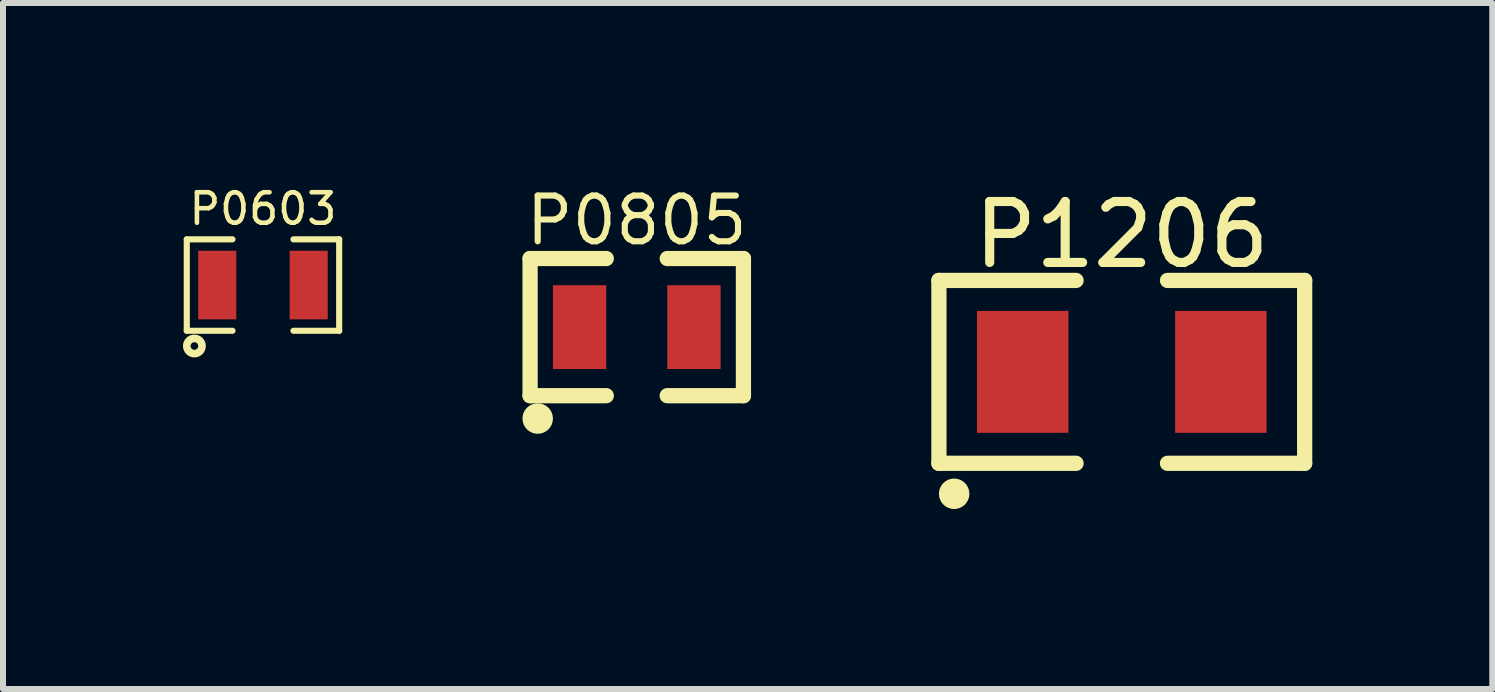
<source format=kicad_pcb>
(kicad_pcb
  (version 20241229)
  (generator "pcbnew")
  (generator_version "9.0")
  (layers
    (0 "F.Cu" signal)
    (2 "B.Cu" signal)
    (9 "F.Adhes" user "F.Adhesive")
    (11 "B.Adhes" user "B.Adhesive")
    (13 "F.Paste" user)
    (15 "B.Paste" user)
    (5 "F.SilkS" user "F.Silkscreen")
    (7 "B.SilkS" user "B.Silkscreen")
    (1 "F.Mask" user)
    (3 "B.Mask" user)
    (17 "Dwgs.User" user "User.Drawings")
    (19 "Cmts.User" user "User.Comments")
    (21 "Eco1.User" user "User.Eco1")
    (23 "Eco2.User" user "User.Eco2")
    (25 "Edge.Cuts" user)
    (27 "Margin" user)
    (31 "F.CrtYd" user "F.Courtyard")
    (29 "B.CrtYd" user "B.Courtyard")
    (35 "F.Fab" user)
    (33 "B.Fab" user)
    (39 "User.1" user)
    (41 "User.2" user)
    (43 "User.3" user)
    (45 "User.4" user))
  (footprint "P0603"
    (layer "F.Cu")
    (at 1.333 1.701)
    (property "Reference" "P0603" (at 0 -1.27 0) (layer "F.SilkS") (effects (font (size 0.508 0.508) (thickness 0.076))))
    (attr smd)
    (fp_line (start -1.27 -0.762) (end -1.27 0.762) (stroke (width 0.102) (type solid)) (layer "F.SilkS"))
    (fp_line (start -1.27 -0.762) (end -0.508 -0.762) (stroke (width 0.102) (type solid)) (layer "F.SilkS"))
    (fp_line (start -1.27 0.762) (end -0.508 0.762) (stroke (width 0.102) (type solid)) (layer "F.SilkS"))
    (fp_line (start 1.27 -0.762) (end 0.508 -0.762) (stroke (width 0.102) (type solid)) (layer "F.SilkS"))
    (fp_line (start 1.27 0.762) (end 0.508 0.762) (stroke (width 0.102) (type solid)) (layer "F.SilkS"))
    (fp_line (start 1.27 0.762) (end 1.27 -0.762) (stroke (width 0.102) (type solid)) (layer "F.SilkS"))
    (fp_circle (center -1.143 1.016) (end -1.143 1.143) (stroke (width 0.127) (type solid)) (fill no) (layer "F.SilkS"))
    (pad "1" smd rect (at -0.762 0) (size 0.635 1.143) (layers "F.Cu" "F.Mask" "F.Paste"))
    (pad "2" smd rect (at 0.762 0) (size 0.635 1.143) (layers "F.Cu" "F.Mask" "F.Paste")))
  (footprint "P0805"
    (layer "F.Cu")
    (at 7.563 2.402)
    (property "Reference" "P0805" (at 0 -1.778 0) (layer "F.SilkS") (effects (font (size 0.762 0.762) (thickness 0.102))))
    (attr smd)
    (fp_line (start -1.778 -1.143) (end -1.778 1.143) (stroke (width 0.254) (type solid)) (layer "F.SilkS"))
    (fp_line (start -1.778 1.143) (end -0.508 1.143) (stroke (width 0.254) (type solid)) (layer "F.SilkS"))
    (fp_line (start -0.508 -1.143) (end -1.778 -1.143) (stroke (width 0.254) (type solid)) (layer "F.SilkS"))
    (fp_line (start 0.508 -1.143) (end 1.778 -1.143) (stroke (width 0.254) (type solid)) (layer "F.SilkS"))
    (fp_line (start 1.778 -1.143) (end 1.778 1.143) (stroke (width 0.254) (type solid)) (layer "F.SilkS"))
    (fp_line (start 1.778 1.143) (end 0.508 1.143) (stroke (width 0.254) (type solid)) (layer "F.SilkS"))
    (fp_circle (center -1.651 1.524) (end -1.651 1.651) (stroke (width 0.254) (type solid)) (fill no) (layer "F.SilkS"))
    (pad "1" smd rect (at -0.953 0) (size 0.889 1.397) (layers "F.Cu" "F.Mask" "F.Paste"))
    (pad "2" smd rect (at 0.953 0) (size 0.889 1.397) (layers "F.Cu" "F.Mask" "F.Paste")))
  (footprint "P1206"
    (layer "F.Cu")
    (at 15.647 3.148)
    (property "Reference" "P1206" (at 0 -2.286 0) (layer "F.SilkS") (effects (font (size 1.016 1.016) (thickness 0.152))))
    (attr smd)
    (fp_line (start -3.048 -1.524) (end -0.762 -1.524) (stroke (width 0.254) (type solid)) (layer "F.SilkS"))
    (fp_line (start -3.048 1.524) (end -3.048 -1.524) (stroke (width 0.254) (type solid)) (layer "F.SilkS"))
    (fp_line (start -0.762 1.524) (end -3.048 1.524) (stroke (width 0.254) (type solid)) (layer "F.SilkS"))
    (fp_line (start 0.762 -1.524) (end 3.048 -1.524) (stroke (width 0.254) (type solid)) (layer "F.SilkS"))
    (fp_line (start 3.048 -1.524) (end 3.048 1.524) (stroke (width 0.254) (type solid)) (layer "F.SilkS"))
    (fp_line (start 3.048 1.524) (end 0.762 1.524) (stroke (width 0.254) (type solid)) (layer "F.SilkS"))
    (fp_circle (center -2.794 2.032) (end -2.794 2.159) (stroke (width 0.254) (type solid)) (fill no) (layer "F.SilkS"))
    (pad "1" smd rect (at -1.651 0) (size 1.524 2.032) (layers "F.Cu" "F.Mask" "F.Paste"))
    (pad "2" smd rect (at 1.651 0) (size 1.524 2.032) (layers "F.Cu" "F.Mask" "F.Paste")))
  (gr_rect
    (start -3 -3)
    (end 21.822 8.434)
    (stroke (width 0.1) (type default))
    (fill no)
    (layer "Edge.Cuts")))
</source>
